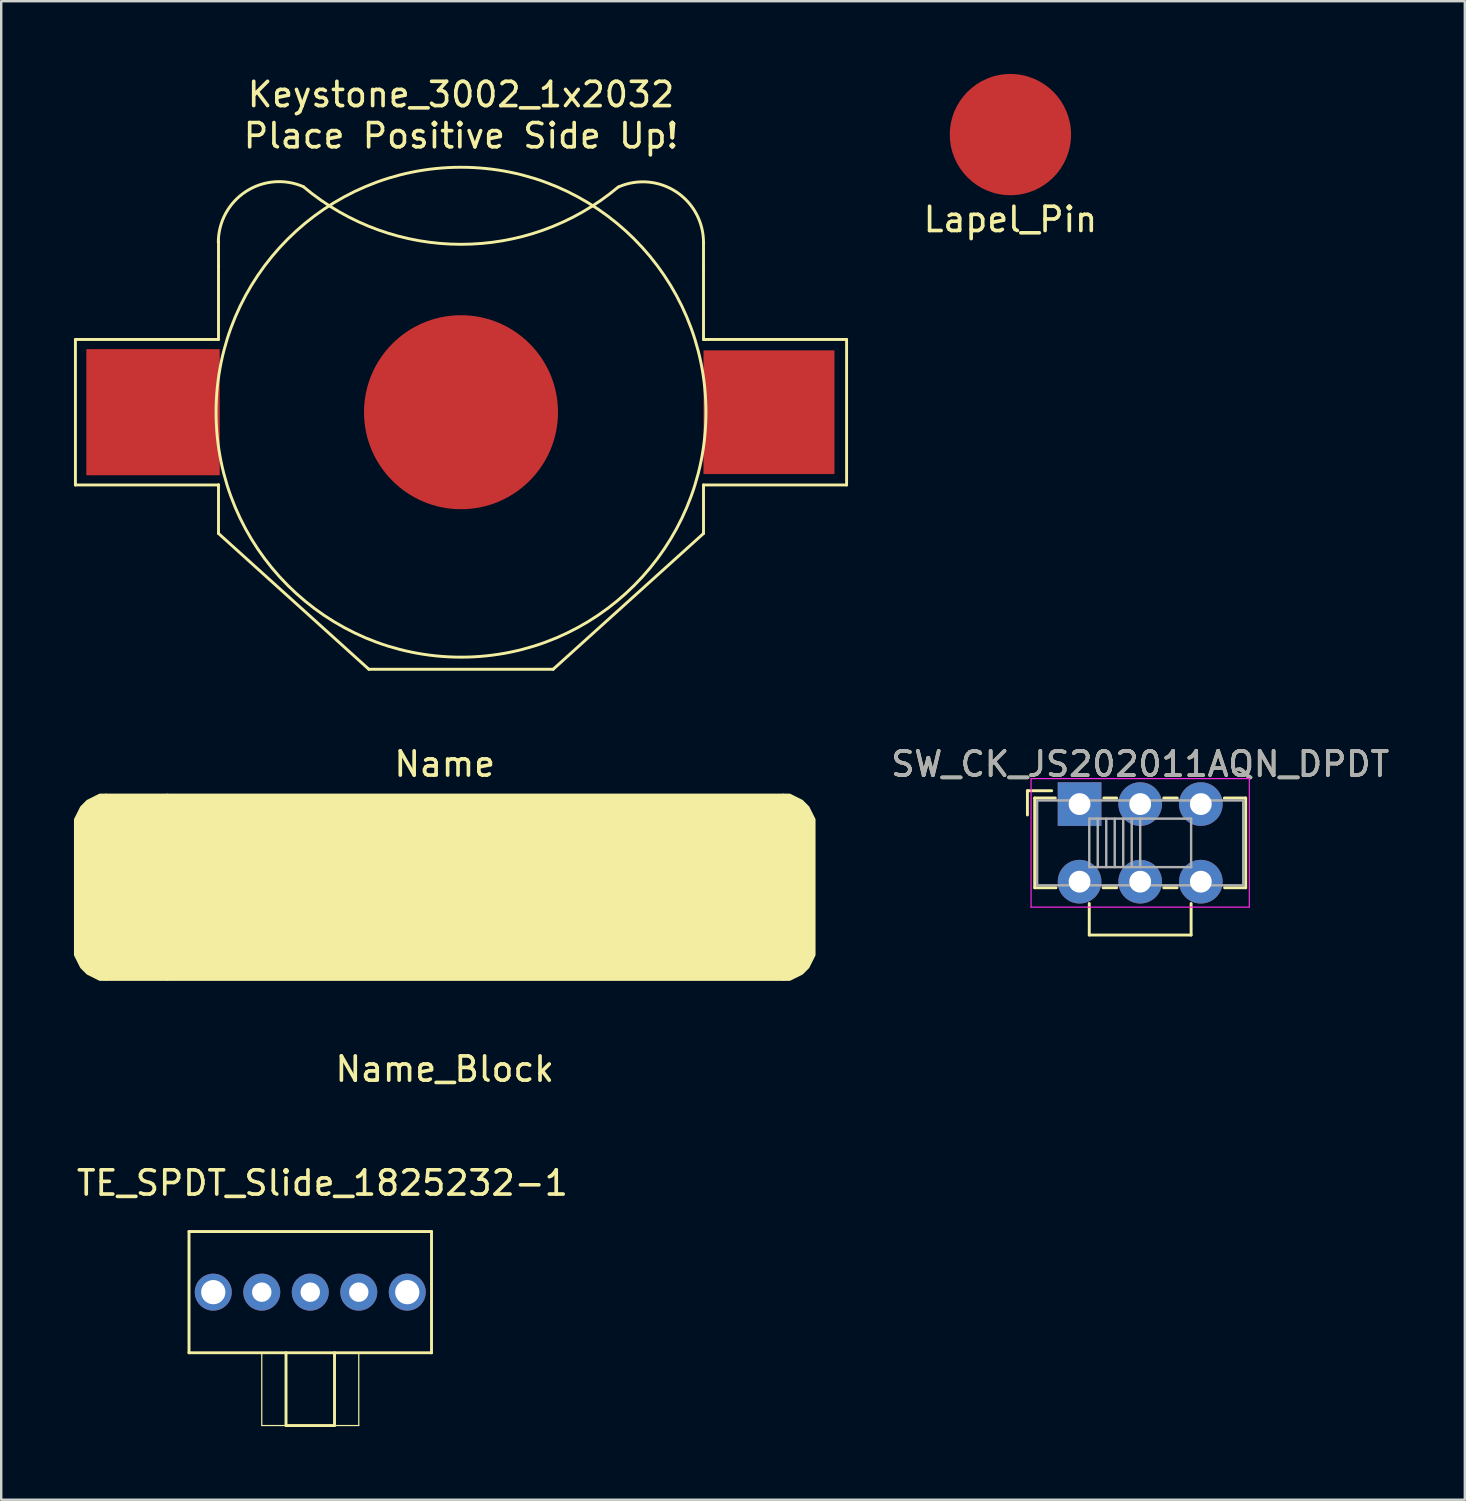
<source format=kicad_pcb>
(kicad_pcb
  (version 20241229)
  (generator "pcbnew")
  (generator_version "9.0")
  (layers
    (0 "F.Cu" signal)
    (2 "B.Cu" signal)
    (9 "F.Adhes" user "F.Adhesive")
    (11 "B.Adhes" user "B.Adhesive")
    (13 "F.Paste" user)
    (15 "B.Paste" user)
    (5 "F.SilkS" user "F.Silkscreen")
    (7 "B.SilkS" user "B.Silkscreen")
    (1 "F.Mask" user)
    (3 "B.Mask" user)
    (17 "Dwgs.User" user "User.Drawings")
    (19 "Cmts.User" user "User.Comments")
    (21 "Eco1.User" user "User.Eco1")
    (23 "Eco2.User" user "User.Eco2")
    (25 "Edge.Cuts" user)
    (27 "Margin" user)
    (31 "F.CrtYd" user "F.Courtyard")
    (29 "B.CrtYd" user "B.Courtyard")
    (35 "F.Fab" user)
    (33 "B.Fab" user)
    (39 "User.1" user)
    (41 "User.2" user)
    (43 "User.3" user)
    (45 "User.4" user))
  (footprint "Keystone_3002_1x2032"
    (layer "F.Cu")
    (at 15.96 13.948)
    (property "Reference" "Keystone_3002_1x2032" (at 0 -13.1 0) (layer "F.SilkS") (effects (font (size 1 1) (thickness 0.15))))
    (attr through_hole)
    (fp_line (start -15.9 -3) (end -10 -3) (stroke (width 0.12) (type solid)) (layer "F.SilkS"))
    (fp_line (start -15.9 3) (end -15.9 -3) (stroke (width 0.12) (type solid)) (layer "F.SilkS"))
    (fp_line (start -10 -6) (end -10 -7.1) (stroke (width 0.12) (type solid)) (layer "F.SilkS"))
    (fp_line (start -10 -3) (end -10 -6) (stroke (width 0.12) (type solid)) (layer "F.SilkS"))
    (fp_line (start -10 3) (end -15.9 3) (stroke (width 0.12) (type solid)) (layer "F.SilkS"))
    (fp_line (start -10 3.1) (end -10 3) (stroke (width 0.12) (type solid)) (layer "F.SilkS"))
    (fp_line (start -10 5) (end -10 3) (stroke (width 0.12) (type solid)) (layer "F.SilkS"))
    (fp_line (start -3.8 10.6) (end -10 5) (stroke (width 0.12) (type solid)) (layer "F.SilkS"))
    (fp_line (start -3.8 10.6) (end 3.8 10.6) (stroke (width 0.12) (type solid)) (layer "F.SilkS"))
    (fp_line (start 3.8 10.6) (end 10 5) (stroke (width 0.12) (type solid)) (layer "F.SilkS"))
    (fp_line (start 10 -6) (end 10 -7) (stroke (width 0.12) (type solid)) (layer "F.SilkS"))
    (fp_line (start 10 -3) (end 10 -6) (stroke (width 0.12) (type solid)) (layer "F.SilkS"))
    (fp_line (start 10 3) (end 15.9 3) (stroke (width 0.12) (type solid)) (layer "F.SilkS"))
    (fp_line (start 10 5) (end 10 3) (stroke (width 0.12) (type solid)) (layer "F.SilkS"))
    (fp_line (start 10.1 -3) (end 10 -3) (stroke (width 0.12) (type solid)) (layer "F.SilkS"))
    (fp_line (start 15.9 -3) (end 10.1 -3) (stroke (width 0.12) (type solid)) (layer "F.SilkS"))
    (fp_line (start 15.9 3) (end 15.9 -3) (stroke (width 0.12) (type solid)) (layer "F.SilkS"))
    (fp_arc (start -10.007986 -6.999999) (mid -8.875139 -9.097376) (end -6.500001 -9.299999) (stroke (width 0.12) (type solid)) (layer "F.SilkS"))
    (fp_arc (start 6.481258 -9.284217) (mid -0.012251 -6.923301) (end -6.5 -9.3) (stroke (width 0.12) (type solid)) (layer "F.SilkS"))
    (fp_arc (start 6.503185 -9.292675) (mid 8.870759 -9.090698) (end 10 -7) (stroke (width 0.12) (type solid)) (layer "F.SilkS"))
    (fp_circle (center 0 0) (end 10.1 0.1) (stroke (width 0.12) (type solid)) (fill no) (layer "F.SilkS"))
    (fp_text user "Place Positive Side Up!" (at 0 -11.4 0) (layer "F.SilkS") (effects (font (size 1 1) (thickness 0.15))))
    (pad "1" smd circle (at 0 0) (size 8 8) (layers "F.Cu" "F.Mask" "F.Paste"))
    (pad "2" smd rect (at -12.7 0) (size 5.5 5.2) (layers "F.Cu" "F.Mask" "F.Paste"))
    (pad "3" smd rect (at 12.7 0) (size 5.4 5.1) (layers "F.Cu" "F.Mask" "F.Paste")))
  (footprint "SW_CK_JS202011AQN_DPDT"
    (layer "F.Cu")
    (at 41.467 30.107)
    (property "Reference" "SW_CK_JS202011AQN_DPDT" (at 2.5 -1.65 0) (layer "F.SilkS") (effects (font (size 1 1) (thickness 0.15))))
    (attr through_hole)
    (fp_line (start -2.15 -0.55) (end -1.15 -0.55) (stroke (width 0.12) (type solid)) (layer "F.SilkS"))
    (fp_line (start -2.15 0.45) (end -2.15 -0.55) (stroke (width 0.12) (type solid)) (layer "F.SilkS"))
    (fp_line (start -1.85 -0.25) (end -1 -0.25) (stroke (width 0.12) (type solid)) (layer "F.SilkS"))
    (fp_line (start -1.85 3.45) (end -1.85 -0.25) (stroke (width 0.12) (type solid)) (layer "F.SilkS"))
    (fp_line (start -0.97 3.45) (end -1.85 3.45) (stroke (width 0.12) (type solid)) (layer "F.SilkS"))
    (fp_line (start 0.4 4.1) (end 0.4 5.4) (stroke (width 0.12) (type solid)) (layer "F.SilkS"))
    (fp_line (start 0.4 5.4) (end 4.6 5.4) (stroke (width 0.12) (type solid)) (layer "F.SilkS"))
    (fp_line (start 1 -0.25) (end 1.53 -0.25) (stroke (width 0.12) (type solid)) (layer "F.SilkS"))
    (fp_line (start 1.53 3.45) (end 0.97 3.45) (stroke (width 0.12) (type solid)) (layer "F.SilkS"))
    (fp_line (start 3.47 -0.25) (end 4.03 -0.25) (stroke (width 0.12) (type solid)) (layer "F.SilkS"))
    (fp_line (start 4.02 3.45) (end 3.47 3.45) (stroke (width 0.12) (type solid)) (layer "F.SilkS"))
    (fp_line (start 4.6 5.4) (end 4.6 4.1) (stroke (width 0.12) (type solid)) (layer "F.SilkS"))
    (fp_line (start 5.97 -0.25) (end 6.85 -0.25) (stroke (width 0.12) (type solid)) (layer "F.SilkS"))
    (fp_line (start 6.85 -0.25) (end 6.85 3.45) (stroke (width 0.12) (type solid)) (layer "F.SilkS"))
    (fp_line (start 6.85 3.45) (end 5.98 3.45) (stroke (width 0.12) (type solid)) (layer "F.SilkS"))
    (fp_line (start -2 -1.05) (end 7 -1.05) (stroke (width 0.05) (type solid)) (layer "F.CrtYd"))
    (fp_line (start -2 4.25) (end -2 -1.05) (stroke (width 0.05) (type solid)) (layer "F.CrtYd"))
    (fp_line (start 7 -1.05) (end 7 4.25) (stroke (width 0.05) (type solid)) (layer "F.CrtYd"))
    (fp_line (start 7 4.25) (end -2 4.25) (stroke (width 0.05) (type solid)) (layer "F.CrtYd"))
    (fp_line (start -1.75 -0.15) (end -1.75 3.35) (stroke (width 0.1) (type solid)) (layer "F.Fab"))
    (fp_line (start -1.75 -0.15) (end 6.75 -0.15) (stroke (width 0.1) (type solid)) (layer "F.Fab"))
    (fp_line (start 0.4 0.6) (end 0.4 2.6) (stroke (width 0.1) (type solid)) (layer "F.Fab"))
    (fp_line (start 0.4 0.6) (end 4.6 0.6) (stroke (width 0.1) (type solid)) (layer "F.Fab"))
    (fp_line (start 0.75 0.6) (end 0.75 2.6) (stroke (width 0.1) (type solid)) (layer "F.Fab"))
    (fp_line (start 1.1 0.6) (end 1.1 2.6) (stroke (width 0.1) (type solid)) (layer "F.Fab"))
    (fp_line (start 1.45 0.6) (end 1.45 2.6) (stroke (width 0.1) (type solid)) (layer "F.Fab"))
    (fp_line (start 1.8 0.6) (end 1.8 2.6) (stroke (width 0.1) (type solid)) (layer "F.Fab"))
    (fp_line (start 2.15 0.6) (end 2.15 2.6) (stroke (width 0.1) (type solid)) (layer "F.Fab"))
    (fp_line (start 2.5 0.6) (end 2.5 2.6) (stroke (width 0.1) (type solid)) (layer "F.Fab"))
    (fp_line (start 4.6 0.6) (end 4.6 2.6) (stroke (width 0.1) (type solid)) (layer "F.Fab"))
    (fp_line (start 4.6 2.6) (end 0.4 2.6) (stroke (width 0.1) (type solid)) (layer "F.Fab"))
    (fp_line (start 6.75 -0.15) (end 6.75 3.35) (stroke (width 0.1) (type solid)) (layer "F.Fab"))
    (fp_line (start 6.75 3.35) (end -1.75 3.35) (stroke (width 0.1) (type solid)) (layer "F.Fab"))
    (fp_text user "${REFERENCE}" (at 2.5 -1.65 0) (layer "F.Fab") (effects (font (size 1 1) (thickness 0.15))))
    (pad "1" thru_hole rect (at 0 0) (size 1.8 1.8) (drill 0.9) (layers "*.Cu" "*.Mask"))
    (pad "2" thru_hole circle (at 2.5 0) (size 1.8 1.8) (drill 0.9) (layers "*.Cu" "*.Mask"))
    (pad "3" thru_hole circle (at 5 0) (size 1.8 1.8) (drill 0.9) (layers "*.Cu" "*.Mask"))
    (pad "4" thru_hole circle (at 0 3.2) (size 1.8 1.8) (drill 0.9) (layers "*.Cu" "*.Mask"))
    (pad "5" thru_hole circle (at 2.5 3.2) (size 1.8 1.8) (drill 0.9) (layers "*.Cu" "*.Mask"))
    (pad "6" thru_hole circle (at 5 3.2) (size 1.8 1.8) (drill 0.9) (layers "*.Cu" "*.Mask")))
  (footprint "TE_SPDT_Slide_1825232-1"
    (layer "F.Cu")
    (at 9.744 50.233)
    (property "Reference" "TE_SPDT_Slide_1825232-1" (at 0.5 -4.5 0) (layer "F.SilkS") (effects (font (size 1 1) (thickness 0.15))))
    (attr through_hole)
    (fp_line (start -5 -2.5) (end 5 -2.5) (stroke (width 0.12) (type solid)) (layer "F.SilkS"))
    (fp_line (start -5 2.5) (end -5 -2.5) (stroke (width 0.12) (type solid)) (layer "F.SilkS"))
    (fp_line (start -2 2.5) (end -2 5.5) (stroke (width 0.05) (type solid)) (layer "F.SilkS"))
    (fp_line (start -2 5.5) (end -1 5.5) (stroke (width 0.05) (type solid)) (layer "F.SilkS"))
    (fp_line (start -1 2.5) (end -1 5.5) (stroke (width 0.12) (type solid)) (layer "F.SilkS"))
    (fp_line (start -1 5.5) (end 1 5.5) (stroke (width 0.12) (type solid)) (layer "F.SilkS"))
    (fp_line (start 1 5.5) (end 1 2.5) (stroke (width 0.12) (type solid)) (layer "F.SilkS"))
    (fp_line (start 2 2.5) (end 2 5.5) (stroke (width 0.05) (type solid)) (layer "F.SilkS"))
    (fp_line (start 2 5.5) (end 1 5.5) (stroke (width 0.05) (type solid)) (layer "F.SilkS"))
    (fp_line (start 5 -2.5) (end 5 2.5) (stroke (width 0.12) (type solid)) (layer "F.SilkS"))
    (fp_line (start 5 2.5) (end -5 2.5) (stroke (width 0.12) (type solid)) (layer "F.SilkS"))
    (pad "" thru_hole circle (at -4 0) (size 1.524 1.524) (drill 1) (layers "*.Cu" "*.Mask"))
    (pad "" thru_hole circle (at 4 0) (size 1.524 1.524) (drill 1) (layers "*.Cu" "*.Mask"))
    (pad "1" thru_hole circle (at -2 0) (size 1.524 1.524) (drill 0.8) (layers "*.Cu" "*.Mask"))
    (pad "2" thru_hole circle (at 0 0) (size 1.524 1.524) (drill 0.8) (layers "*.Cu" "*.Mask"))
    (pad "3" thru_hole circle (at 2 0) (size 1.524 1.524) (drill 0.8) (layers "*.Cu" "*.Mask")))
  (footprint "Name_Block"
    (layer "F.Cu")
    (at 15.29 33.536)
    (property "Reference" "Name_Block" (at 0 7.5 0) (layer "F.SilkS") (effects (font (size 1 1) (thickness 0.15))))
    (attr through_hole)
    (fp_poly (pts (xy -11.43 -3.81) (xy -13.97 -3.81) (xy -13.97 3.81) (xy -11.43 3.81)) (stroke (width 0.1) (type solid)) (fill yes) (layer "F.SilkS"))
    (fp_poly (pts (xy -11.43 -3.81) (xy 13.97 -3.81) (xy 13.97 3.81) (xy -11.43 3.81)) (stroke (width 0.1) (type solid)) (fill yes) (layer "F.SilkS"))
    (fp_poly (pts (xy 13.97 -3.81) (xy 14.224 -3.81) (xy 14.732 -3.556) (xy 14.986 -3.302) (xy 15.24 -2.794) (xy 15.24 2.794) (xy 14.986 3.302) (xy 14.732 3.556) (xy 14.224 3.81) (xy 13.97 3.81)) (stroke (width 0.1) (type solid)) (fill yes) (layer "F.SilkS"))
    (fp_poly (pts (xy -14.986 -3.302) (xy -15.24 -2.794) (xy -15.24 2.54) (xy -15.24 2.794) (xy -14.986 3.302) (xy -14.732 3.556) (xy -14.224 3.81) (xy -13.97 3.81) (xy -13.97 -3.81) (xy -14.224 -3.81) (xy -14.732 -3.556)) (stroke (width 0.1) (type solid)) (fill yes) (layer "F.SilkS"))
    (fp_text user "Name" (at 0 -5.08 0) (layer "F.SilkS") (effects (font (size 1 1) (thickness 0.15)))))
  (footprint "Lapel_Pin"
    (layer "F.Cu")
    (at 38.616 2.5)
    (property "Reference" "Lapel_Pin" (at 0 3.5 0) (layer "F.SilkS") (effects (font (size 1 1) (thickness 0.15))))
    (attr through_hole)
    (pad "1" smd circle (at 0 0) (size 5 5) (layers "F.Cu" "F.Mask" "F.Paste")))
  (gr_rect
    (start -3 -3)
    (end 57.354 58.793)
    (stroke (width 0.1) (type default))
    (fill no)
    (layer "Edge.Cuts")))
</source>
